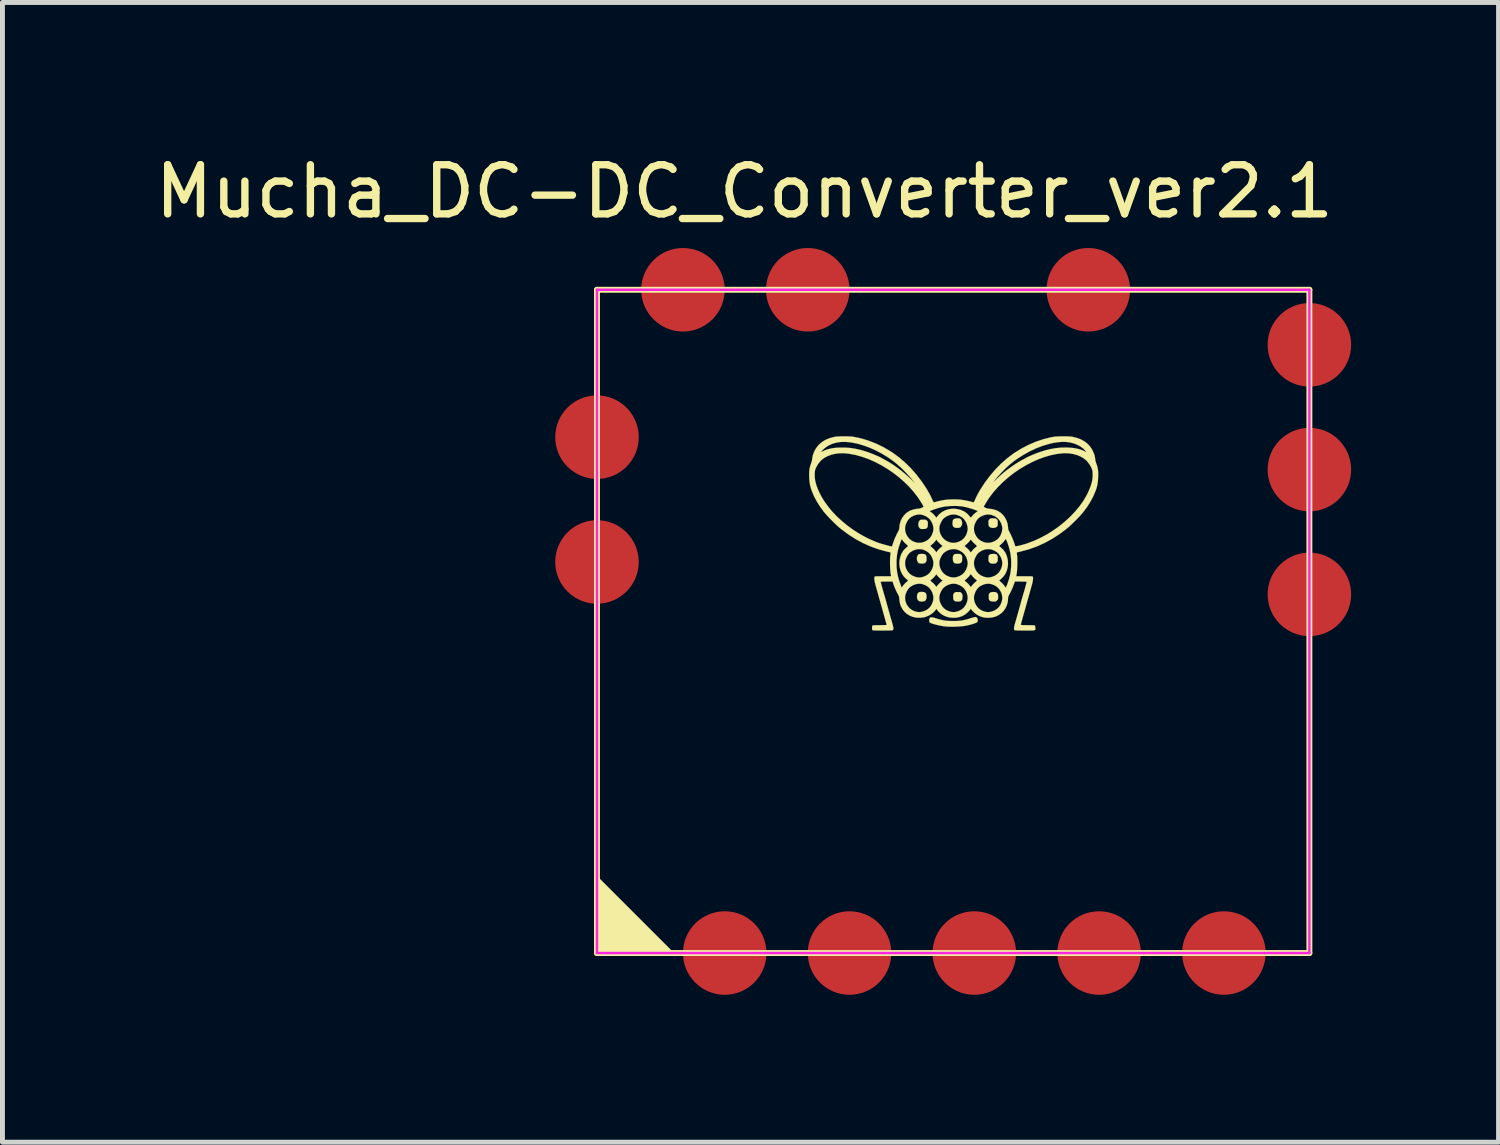
<source format=kicad_pcb>
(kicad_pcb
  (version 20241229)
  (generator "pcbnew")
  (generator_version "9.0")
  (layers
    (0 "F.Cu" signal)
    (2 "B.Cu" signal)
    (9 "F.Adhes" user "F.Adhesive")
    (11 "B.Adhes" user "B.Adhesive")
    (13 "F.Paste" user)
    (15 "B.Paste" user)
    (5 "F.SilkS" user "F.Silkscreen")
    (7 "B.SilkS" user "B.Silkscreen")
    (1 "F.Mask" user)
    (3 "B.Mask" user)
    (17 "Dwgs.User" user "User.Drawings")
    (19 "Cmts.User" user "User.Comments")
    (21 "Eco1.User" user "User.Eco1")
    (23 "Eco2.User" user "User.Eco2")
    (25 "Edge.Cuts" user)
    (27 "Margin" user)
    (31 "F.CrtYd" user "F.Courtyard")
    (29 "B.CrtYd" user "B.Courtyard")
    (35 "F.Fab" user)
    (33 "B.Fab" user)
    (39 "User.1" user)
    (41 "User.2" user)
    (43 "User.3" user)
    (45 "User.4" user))
  (footprint "Mucha_DC-DC_Converter_ver2.1"
    (layer "F.Cu")
    (at 9.101 2.848)
    (property "Reference" "Mucha_DC-DC_Converter_ver2.1" (at 3 -2 0) (layer "F.SilkS") (effects (font (size 1 1) (thickness 0.15))))
    (attr through_hole)
    (fp_line (start 0 0) (end 14.5 0) (stroke (width 0.12) (type solid)) (layer "F.SilkS"))
    (fp_line (start 0 13.5) (end 0 0) (stroke (width 0.12) (type solid)) (layer "F.SilkS"))
    (fp_line (start 14.5 0) (end 14.5 13.5) (stroke (width 0.12) (type solid)) (layer "F.SilkS"))
    (fp_line (start 14.5 13.5) (end 0 13.5) (stroke (width 0.12) (type solid)) (layer "F.SilkS"))
    (fp_poly (pts (xy 1.5 13.5) (xy 0 13.5) (xy 0 12)) (stroke (width 0.1) (type solid)) (fill yes) (layer "F.SilkS"))
    (fp_poly (pts (xy 6.647 6.152) (xy 6.675 6.161) (xy 6.694 6.177) (xy 6.704 6.202) (xy 6.708 6.238) (xy 6.708 6.245) (xy 6.704 6.284) (xy 6.693 6.313) (xy 6.673 6.333) (xy 6.668 6.335) (xy 6.647 6.342) (xy 6.62 6.345) (xy 6.591 6.345) (xy 6.567 6.341) (xy 6.562 6.339) (xy 6.537 6.322) (xy 6.52 6.294) (xy 6.513 6.262) (xy 6.514 6.221) (xy 6.524 6.188) (xy 6.541 6.165) (xy 6.543 6.163) (xy 6.557 6.155) (xy 6.575 6.151) (xy 6.601 6.149) (xy 6.608 6.149) (xy 6.647 6.152)) (stroke (width 0.003) (type solid)) (fill yes) (layer "F.SilkS"))
    (fp_poly (pts (xy 7.364 4.653) (xy 7.381 4.655) (xy 7.393 4.661) (xy 7.404 4.67) (xy 7.405 4.671) (xy 7.422 4.697) (xy 7.431 4.729) (xy 7.431 4.764) (xy 7.422 4.797) (xy 7.406 4.823) (xy 7.394 4.835) (xy 7.381 4.841) (xy 7.363 4.845) (xy 7.344 4.846) (xy 7.306 4.846) (xy 7.28 4.84) (xy 7.258 4.826) (xy 7.245 4.808) (xy 7.238 4.783) (xy 7.236 4.753) (xy 7.239 4.714) (xy 7.247 4.686) (xy 7.263 4.667) (xy 7.288 4.657) (xy 7.323 4.653) (xy 7.338 4.652) (xy 7.364 4.653)) (stroke (width 0.003) (type solid)) (fill yes) (layer "F.SilkS"))
    (fp_poly (pts (xy 6.666 4.68) (xy 6.685 4.681) (xy 6.697 4.685) (xy 6.707 4.692) (xy 6.715 4.699) (xy 6.726 4.711) (xy 6.732 4.723) (xy 6.734 4.738) (xy 6.735 4.763) (xy 6.735 4.767) (xy 6.733 4.807) (xy 6.725 4.835) (xy 6.711 4.854) (xy 6.688 4.864) (xy 6.654 4.869) (xy 6.638 4.869) (xy 6.611 4.869) (xy 6.593 4.867) (xy 6.581 4.863) (xy 6.571 4.855) (xy 6.566 4.85) (xy 6.549 4.825) (xy 6.541 4.793) (xy 6.541 4.758) (xy 6.549 4.725) (xy 6.564 4.7) (xy 6.573 4.69) (xy 6.582 4.684) (xy 6.594 4.681) (xy 6.614 4.68) (xy 6.638 4.679) (xy 6.666 4.68)) (stroke (width 0.003) (type solid)) (fill yes) (layer "F.SilkS"))
    (fp_poly (pts (xy 7.367 5.377) (xy 7.386 5.379) (xy 7.398 5.382) (xy 7.408 5.389) (xy 7.415 5.395) (xy 7.424 5.405) (xy 7.429 5.415) (xy 7.432 5.429) (xy 7.432 5.451) (xy 7.433 5.471) (xy 7.432 5.503) (xy 7.429 5.525) (xy 7.422 5.541) (xy 7.411 5.553) (xy 7.399 5.562) (xy 7.382 5.569) (xy 7.356 5.572) (xy 7.328 5.573) (xy 7.302 5.571) (xy 7.286 5.567) (xy 7.265 5.554) (xy 7.252 5.533) (xy 7.245 5.503) (xy 7.243 5.472) (xy 7.244 5.444) (xy 7.246 5.425) (xy 7.251 5.412) (xy 7.259 5.4) (xy 7.261 5.398) (xy 7.27 5.388) (xy 7.278 5.382) (xy 7.29 5.379) (xy 7.309 5.377) (xy 7.338 5.377) (xy 7.367 5.377)) (stroke (width 0.003) (type solid)) (fill yes) (layer "F.SilkS"))
    (fp_poly (pts (xy 7.372 6.153) (xy 7.39 6.154) (xy 7.402 6.158) (xy 7.411 6.166) (xy 7.42 6.175) (xy 7.43 6.188) (xy 7.436 6.201) (xy 7.439 6.219) (xy 7.439 6.244) (xy 7.437 6.281) (xy 7.431 6.308) (xy 7.419 6.326) (xy 7.405 6.336) (xy 7.386 6.342) (xy 7.36 6.345) (xy 7.331 6.345) (xy 7.306 6.343) (xy 7.288 6.338) (xy 7.287 6.338) (xy 7.269 6.325) (xy 7.258 6.309) (xy 7.252 6.286) (xy 7.25 6.253) (xy 7.25 6.249) (xy 7.25 6.222) (xy 7.252 6.204) (xy 7.257 6.191) (xy 7.265 6.18) (xy 7.27 6.175) (xy 7.28 6.164) (xy 7.29 6.157) (xy 7.302 6.154) (xy 7.322 6.153) (xy 7.345 6.153) (xy 7.372 6.153)) (stroke (width 0.003) (type solid)) (fill yes) (layer "F.SilkS"))
    (fp_poly (pts (xy 8.082 6.151) (xy 8.108 6.154) (xy 8.124 6.159) (xy 8.137 6.167) (xy 8.145 6.176) (xy 8.155 6.188) (xy 8.161 6.2) (xy 8.163 6.217) (xy 8.164 6.242) (xy 8.164 6.248) (xy 8.164 6.275) (xy 8.162 6.292) (xy 8.157 6.304) (xy 8.148 6.316) (xy 8.141 6.323) (xy 8.128 6.335) (xy 8.116 6.342) (xy 8.101 6.345) (xy 8.078 6.345) (xy 8.072 6.345) (xy 8.041 6.344) (xy 8.017 6.339) (xy 8.007 6.335) (xy 7.991 6.324) (xy 7.982 6.312) (xy 7.977 6.296) (xy 7.975 6.272) (xy 7.974 6.244) (xy 7.975 6.216) (xy 7.979 6.194) (xy 7.982 6.184) (xy 8.003 6.164) (xy 8.033 6.153) (xy 8.073 6.151) (xy 8.082 6.151)) (stroke (width 0.003) (type solid)) (fill yes) (layer "F.SilkS"))
    (fp_poly (pts (xy 8.089 4.653) (xy 8.107 4.655) (xy 8.12 4.659) (xy 8.131 4.667) (xy 8.136 4.672) (xy 8.147 4.683) (xy 8.153 4.693) (xy 8.156 4.707) (xy 8.157 4.728) (xy 8.157 4.745) (xy 8.156 4.781) (xy 8.15 4.806) (xy 8.139 4.823) (xy 8.122 4.835) (xy 8.113 4.839) (xy 8.081 4.847) (xy 8.046 4.847) (xy 8.014 4.84) (xy 8.011 4.839) (xy 7.991 4.828) (xy 7.978 4.812) (xy 7.971 4.79) (xy 7.968 4.758) (xy 7.968 4.745) (xy 7.968 4.718) (xy 7.97 4.7) (xy 7.974 4.688) (xy 7.982 4.678) (xy 7.988 4.672) (xy 7.999 4.662) (xy 8.009 4.656) (xy 8.024 4.653) (xy 8.046 4.652) (xy 8.061 4.652) (xy 8.089 4.653)) (stroke (width 0.003) (type solid)) (fill yes) (layer "F.SilkS"))
    (fp_poly (pts (xy 6.641 5.377) (xy 6.66 5.379) (xy 6.672 5.382) (xy 6.681 5.388) (xy 6.69 5.397) (xy 6.69 5.398) (xy 6.699 5.41) (xy 6.705 5.423) (xy 6.707 5.44) (xy 6.708 5.466) (xy 6.708 5.472) (xy 6.708 5.5) (xy 6.706 5.518) (xy 6.701 5.531) (xy 6.693 5.543) (xy 6.688 5.548) (xy 6.677 5.559) (xy 6.666 5.566) (xy 6.651 5.57) (xy 6.628 5.571) (xy 6.619 5.572) (xy 6.584 5.572) (xy 6.56 5.567) (xy 6.551 5.564) (xy 6.532 5.546) (xy 6.519 5.519) (xy 6.512 5.487) (xy 6.512 5.454) (xy 6.519 5.422) (xy 6.534 5.396) (xy 6.536 5.394) (xy 6.544 5.386) (xy 6.554 5.381) (xy 6.568 5.378) (xy 6.59 5.377) (xy 6.612 5.377) (xy 6.641 5.377)) (stroke (width 0.003) (type solid)) (fill yes) (layer "F.SilkS"))
    (fp_poly (pts (xy 8.092 5.377) (xy 8.111 5.379) (xy 8.122 5.382) (xy 8.131 5.388) (xy 8.14 5.398) (xy 8.149 5.41) (xy 8.154 5.423) (xy 8.157 5.44) (xy 8.157 5.465) (xy 8.157 5.473) (xy 8.157 5.501) (xy 8.156 5.518) (xy 8.151 5.531) (xy 8.143 5.541) (xy 8.134 5.551) (xy 8.122 5.563) (xy 8.11 5.569) (xy 8.095 5.573) (xy 8.073 5.574) (xy 8.063 5.574) (xy 8.037 5.573) (xy 8.02 5.571) (xy 8.008 5.566) (xy 7.996 5.556) (xy 7.991 5.551) (xy 7.979 5.538) (xy 7.972 5.527) (xy 7.969 5.513) (xy 7.968 5.492) (xy 7.968 5.476) (xy 7.969 5.437) (xy 7.975 5.41) (xy 7.987 5.393) (xy 8.007 5.383) (xy 8.037 5.378) (xy 8.064 5.377) (xy 8.092 5.377)) (stroke (width 0.003) (type solid)) (fill yes) (layer "F.SilkS"))
    (fp_poly (pts (xy 7.71 6.661) (xy 7.729 6.671) (xy 7.743 6.692) (xy 7.75 6.718) (xy 7.75 6.735) (xy 7.747 6.752) (xy 7.741 6.763) (xy 7.726 6.773) (xy 7.717 6.777) (xy 7.684 6.791) (xy 7.641 6.805) (xy 7.59 6.819) (xy 7.535 6.832) (xy 7.487 6.841) (xy 7.444 6.847) (xy 7.391 6.852) (xy 7.332 6.855) (xy 7.27 6.858) (xy 7.21 6.858) (xy 7.154 6.857) (xy 7.107 6.854) (xy 7.095 6.853) (xy 7.048 6.847) (xy 6.998 6.838) (xy 6.948 6.828) (xy 6.899 6.816) (xy 6.854 6.804) (xy 6.817 6.792) (xy 6.789 6.781) (xy 6.777 6.775) (xy 6.768 6.767) (xy 6.764 6.755) (xy 6.762 6.734) (xy 6.762 6.729) (xy 6.763 6.704) (xy 6.768 6.689) (xy 6.777 6.677) (xy 6.787 6.67) (xy 6.799 6.667) (xy 6.816 6.667) (xy 6.84 6.671) (xy 6.872 6.679) (xy 6.911 6.691) (xy 6.973 6.709) (xy 7.028 6.723) (xy 7.079 6.732) (xy 7.131 6.738) (xy 7.189 6.741) (xy 7.246 6.742) (xy 7.319 6.741) (xy 7.382 6.736) (xy 7.441 6.729) (xy 7.5 6.716) (xy 7.563 6.699) (xy 7.611 6.683) (xy 7.656 6.67) (xy 7.688 6.662) (xy 7.708 6.66) (xy 7.71 6.661)) (stroke (width 0.003) (type solid)) (fill yes) (layer "F.SilkS"))
    (fp_poly (pts (xy 9.522 2.983) (xy 9.572 2.984) (xy 9.617 2.986) (xy 9.654 2.989) (xy 9.675 2.992) (xy 9.768 3.015) (xy 9.851 3.046) (xy 9.925 3.087) (xy 9.988 3.137) (xy 10.041 3.196) (xy 10.085 3.265) (xy 10.118 3.342) (xy 10.121 3.352) (xy 10.13 3.383) (xy 10.137 3.419) (xy 10.14 3.443) (xy 10.145 3.477) (xy 10.155 3.514) (xy 10.163 3.538) (xy 10.18 3.585) (xy 10.191 3.632) (xy 10.199 3.68) (xy 10.202 3.734) (xy 10.201 3.797) (xy 10.201 3.809) (xy 10.197 3.875) (xy 10.191 3.933) (xy 10.181 3.986) (xy 10.167 4.039) (xy 10.147 4.096) (xy 10.145 4.101) (xy 10.101 4.205) (xy 10.045 4.31) (xy 9.978 4.417) (xy 9.9 4.521) (xy 9.899 4.524) (xy 9.868 4.56) (xy 9.83 4.602) (xy 9.786 4.649) (xy 9.739 4.697) (xy 9.69 4.745) (xy 9.643 4.79) (xy 9.599 4.83) (xy 9.561 4.862) (xy 9.557 4.865) (xy 9.411 4.975) (xy 9.261 5.071) (xy 9.109 5.154) (xy 8.954 5.224) (xy 8.796 5.281) (xy 8.636 5.324) (xy 8.628 5.326) (xy 8.597 5.333) (xy 8.571 5.34) (xy 8.553 5.344) (xy 8.545 5.347) (xy 8.545 5.347) (xy 8.545 5.354) (xy 8.546 5.372) (xy 8.549 5.397) (xy 8.551 5.414) (xy 8.554 5.45) (xy 8.555 5.495) (xy 8.556 5.546) (xy 8.555 5.6) (xy 8.553 5.654) (xy 8.55 5.705) (xy 8.547 5.748) (xy 8.542 5.782) (xy 8.542 5.782) (xy 8.533 5.831) (xy 8.7 5.831) (xy 8.752 5.831) (xy 8.793 5.831) (xy 8.823 5.832) (xy 8.844 5.833) (xy 8.858 5.835) (xy 8.866 5.837) (xy 8.87 5.84) (xy 8.871 5.842) (xy 8.876 5.867) (xy 8.873 5.904) (xy 8.865 5.953) (xy 8.85 6.014) (xy 8.848 6.02) (xy 8.835 6.066) (xy 8.819 6.123) (xy 8.801 6.188) (xy 8.781 6.258) (xy 8.76 6.332) (xy 8.739 6.407) (xy 8.719 6.48) (xy 8.699 6.55) (xy 8.681 6.613) (xy 8.666 6.667) (xy 8.662 6.683) (xy 8.65 6.723) (xy 8.641 6.758) (xy 8.633 6.788) (xy 8.627 6.809) (xy 8.625 6.819) (xy 8.625 6.82) (xy 8.632 6.822) (xy 8.651 6.824) (xy 8.684 6.826) (xy 8.73 6.826) (xy 8.767 6.827) (xy 8.818 6.827) (xy 8.86 6.828) (xy 8.89 6.83) (xy 8.908 6.832) (xy 8.913 6.834) (xy 8.916 6.844) (xy 8.919 6.863) (xy 8.921 6.877) (xy 8.923 6.893) (xy 8.923 6.906) (xy 8.921 6.916) (xy 8.916 6.923) (xy 8.905 6.928) (xy 8.888 6.932) (xy 8.863 6.934) (xy 8.829 6.935) (xy 8.785 6.935) (xy 8.728 6.935) (xy 8.706 6.935) (xy 8.645 6.935) (xy 8.596 6.934) (xy 8.558 6.934) (xy 8.531 6.932) (xy 8.512 6.931) (xy 8.501 6.929) (xy 8.498 6.927) (xy 8.492 6.918) (xy 8.489 6.907) (xy 8.488 6.894) (xy 8.489 6.876) (xy 8.493 6.852) (xy 8.501 6.82) (xy 8.512 6.779) (xy 8.527 6.727) (xy 8.534 6.704) (xy 8.549 6.651) (xy 8.564 6.598) (xy 8.578 6.547) (xy 8.591 6.501) (xy 8.602 6.462) (xy 8.608 6.441) (xy 8.619 6.4) (xy 8.632 6.351) (xy 8.646 6.303) (xy 8.657 6.264) (xy 8.668 6.227) (xy 8.68 6.186) (xy 8.693 6.142) (xy 8.705 6.099) (xy 8.717 6.057) (xy 8.727 6.018) (xy 8.736 5.986) (xy 8.743 5.962) (xy 8.746 5.947) (xy 8.747 5.944) (xy 8.74 5.943) (xy 8.723 5.941) (xy 8.695 5.94) (xy 8.661 5.94) (xy 8.625 5.939) (xy 8.504 5.939) (xy 8.489 5.985) (xy 8.47 6.037) (xy 8.446 6.094) (xy 8.42 6.15) (xy 8.395 6.197) (xy 8.379 6.227) (xy 8.37 6.251) (xy 8.367 6.273) (xy 8.367 6.277) (xy 8.361 6.352) (xy 8.342 6.421) (xy 8.313 6.483) (xy 8.275 6.538) (xy 8.228 6.585) (xy 8.172 6.623) (xy 8.111 6.652) (xy 8.043 6.67) (xy 7.97 6.677) (xy 7.893 6.672) (xy 7.869 6.668) (xy 7.803 6.649) (xy 7.741 6.618) (xy 7.684 6.577) (xy 7.636 6.528) (xy 7.623 6.512) (xy 7.609 6.491) (xy 7.594 6.512) (xy 7.582 6.526) (xy 7.564 6.546) (xy 7.543 6.567) (xy 7.54 6.571) (xy 7.488 6.612) (xy 7.43 6.643) (xy 7.367 6.664) (xy 7.301 6.675) (xy 7.234 6.676) (xy 7.167 6.668) (xy 7.103 6.65) (xy 7.043 6.623) (xy 6.989 6.586) (xy 6.943 6.541) (xy 6.933 6.528) (xy 6.908 6.494) (xy 6.895 6.513) (xy 6.855 6.56) (xy 6.805 6.601) (xy 6.749 6.634) (xy 6.688 6.658) (xy 6.652 6.668) (xy 6.574 6.676) (xy 6.499 6.673) (xy 6.43 6.658) (xy 6.366 6.633) (xy 6.309 6.598) (xy 6.259 6.554) (xy 6.218 6.501) (xy 6.186 6.441) (xy 6.164 6.374) (xy 6.154 6.301) (xy 6.153 6.283) (xy 6.27 6.283) (xy 6.278 6.338) (xy 6.297 6.391) (xy 6.326 6.44) (xy 6.363 6.483) (xy 6.407 6.516) (xy 6.416 6.521) (xy 6.472 6.546) (xy 6.526 6.559) (xy 6.578 6.56) (xy 6.623 6.552) (xy 6.685 6.53) (xy 6.737 6.498) (xy 6.78 6.457) (xy 6.813 6.406) (xy 6.817 6.397) (xy 6.839 6.339) (xy 6.848 6.284) (xy 6.848 6.283) (xy 6.967 6.283) (xy 6.976 6.338) (xy 6.995 6.391) (xy 7.024 6.44) (xy 7.061 6.483) (xy 7.105 6.516) (xy 7.113 6.521) (xy 7.17 6.546) (xy 7.223 6.559) (xy 7.276 6.56) (xy 7.321 6.552) (xy 7.382 6.53) (xy 7.435 6.498) (xy 7.477 6.457) (xy 7.511 6.406) (xy 7.515 6.397) (xy 7.536 6.339) (xy 7.546 6.284) (xy 7.546 6.283) (xy 7.672 6.283) (xy 7.68 6.338) (xy 7.7 6.391) (xy 7.728 6.44) (xy 7.765 6.483) (xy 7.809 6.516) (xy 7.818 6.521) (xy 7.874 6.546) (xy 7.928 6.559) (xy 7.98 6.56) (xy 8.025 6.552) (xy 8.087 6.53) (xy 8.139 6.498) (xy 8.182 6.457) (xy 8.215 6.406) (xy 8.219 6.397) (xy 8.241 6.339) (xy 8.25 6.284) (xy 8.247 6.23) (xy 8.231 6.173) (xy 8.215 6.138) (xy 8.183 6.088) (xy 8.141 6.046) (xy 8.09 6.014) (xy 8.031 5.992) (xy 8.002 5.985) (xy 7.953 5.982) (xy 7.899 5.99) (xy 7.847 6.008) (xy 7.797 6.034) (xy 7.762 6.062) (xy 7.735 6.093) (xy 7.71 6.133) (xy 7.69 6.178) (xy 7.676 6.223) (xy 7.675 6.229) (xy 7.672 6.283) (xy 7.546 6.283) (xy 7.542 6.23) (xy 7.526 6.173) (xy 7.511 6.138) (xy 7.479 6.088) (xy 7.437 6.046) (xy 7.385 6.014) (xy 7.326 5.992) (xy 7.298 5.985) (xy 7.248 5.982) (xy 7.195 5.99) (xy 7.142 6.008) (xy 7.093 6.034) (xy 7.057 6.062) (xy 7.03 6.093) (xy 7.006 6.133) (xy 6.985 6.178) (xy 6.972 6.223) (xy 6.971 6.229) (xy 6.967 6.283) (xy 6.848 6.283) (xy 6.845 6.23) (xy 6.829 6.173) (xy 6.813 6.138) (xy 6.781 6.088) (xy 6.739 6.046) (xy 6.688 6.014) (xy 6.629 5.992) (xy 6.6 5.985) (xy 6.55 5.982) (xy 6.497 5.99) (xy 6.444 6.008) (xy 6.395 6.034) (xy 6.36 6.062) (xy 6.333 6.093) (xy 6.308 6.133) (xy 6.288 6.178) (xy 6.274 6.223) (xy 6.273 6.229) (xy 6.27 6.283) (xy 6.153 6.283) (xy 6.153 6.277) (xy 6.151 6.255) (xy 6.143 6.232) (xy 6.129 6.204) (xy 6.125 6.197) (xy 6.099 6.148) (xy 6.073 6.092) (xy 6.049 6.035) (xy 6.031 5.985) (xy 6.016 5.939) (xy 5.895 5.939) (xy 5.856 5.94) (xy 5.822 5.94) (xy 5.796 5.941) (xy 5.779 5.943) (xy 5.773 5.944) (xy 5.775 5.952) (xy 5.78 5.972) (xy 5.788 6) (xy 5.797 6.035) (xy 5.808 6.075) (xy 5.82 6.118) (xy 5.833 6.162) (xy 5.845 6.205) (xy 5.857 6.245) (xy 5.863 6.264) (xy 5.875 6.308) (xy 5.889 6.357) (xy 5.902 6.405) (xy 5.912 6.441) (xy 5.921 6.472) (xy 5.932 6.512) (xy 5.946 6.56) (xy 5.96 6.612) (xy 5.975 6.666) (xy 5.986 6.704) (xy 6.003 6.76) (xy 6.015 6.805) (xy 6.024 6.841) (xy 6.03 6.868) (xy 6.032 6.888) (xy 6.032 6.903) (xy 6.029 6.914) (xy 6.025 6.923) (xy 6.022 6.927) (xy 6.017 6.929) (xy 6.004 6.931) (xy 5.984 6.933) (xy 5.954 6.934) (xy 5.914 6.935) (xy 5.862 6.935) (xy 5.814 6.935) (xy 5.755 6.935) (xy 5.709 6.935) (xy 5.673 6.934) (xy 5.646 6.933) (xy 5.627 6.932) (xy 5.615 6.93) (xy 5.607 6.927) (xy 5.604 6.925) (xy 5.6 6.913) (xy 5.599 6.893) (xy 5.599 6.869) (xy 5.602 6.848) (xy 5.607 6.834) (xy 5.616 6.831) (xy 5.637 6.829) (xy 5.669 6.828) (xy 5.713 6.827) (xy 5.753 6.827) (xy 5.807 6.826) (xy 5.848 6.825) (xy 5.877 6.824) (xy 5.892 6.821) (xy 5.895 6.82) (xy 5.893 6.811) (xy 5.888 6.792) (xy 5.881 6.764) (xy 5.871 6.729) (xy 5.86 6.689) (xy 5.858 6.683) (xy 5.844 6.632) (xy 5.827 6.571) (xy 5.808 6.504) (xy 5.788 6.431) (xy 5.767 6.357) (xy 5.746 6.282) (xy 5.725 6.21) (xy 5.707 6.143) (xy 5.69 6.084) (xy 5.676 6.034) (xy 5.672 6.02) (xy 5.656 5.959) (xy 5.647 5.909) (xy 5.644 5.87) (xy 5.648 5.844) (xy 5.649 5.842) (xy 5.651 5.838) (xy 5.658 5.836) (xy 5.669 5.834) (xy 5.687 5.832) (xy 5.713 5.832) (xy 5.749 5.831) (xy 5.796 5.831) (xy 5.82 5.831) (xy 5.987 5.831) (xy 5.978 5.782) (xy 5.974 5.749) (xy 5.97 5.705) (xy 5.967 5.655) (xy 5.965 5.601) (xy 5.965 5.567) (xy 6.096 5.567) (xy 6.099 5.662) (xy 6.109 5.75) (xy 6.126 5.836) (xy 6.151 5.925) (xy 6.177 5.997) (xy 6.202 6.061) (xy 6.231 6.021) (xy 6.252 5.995) (xy 6.277 5.969) (xy 6.296 5.952) (xy 6.314 5.937) (xy 6.327 5.925) (xy 6.332 5.919) (xy 6.786 5.919) (xy 6.791 5.925) (xy 6.804 5.937) (xy 6.821 5.952) (xy 6.845 5.973) (xy 6.869 5.998) (xy 6.882 6.014) (xy 6.908 6.048) (xy 6.921 6.029) (xy 6.933 6.014) (xy 6.95 5.995) (xy 6.965 5.98) (xy 6.985 5.96) (xy 7.005 5.943) (xy 7.016 5.934) (xy 7.036 5.919) (xy 7.484 5.919) (xy 7.488 5.925) (xy 7.501 5.937) (xy 7.519 5.952) (xy 7.543 5.973) (xy 7.567 5.998) (xy 7.58 6.014) (xy 7.593 6.032) (xy 7.604 6.044) (xy 7.609 6.048) (xy 7.615 6.043) (xy 7.626 6.03) (xy 7.638 6.014) (xy 7.658 5.991) (xy 7.682 5.966) (xy 7.699 5.952) (xy 7.717 5.937) (xy 7.729 5.925) (xy 7.734 5.919) (xy 7.729 5.913) (xy 7.716 5.901) (xy 7.699 5.886) (xy 7.675 5.865) (xy 7.651 5.84) (xy 7.638 5.824) (xy 7.624 5.806) (xy 7.614 5.794) (xy 7.609 5.79) (xy 7.603 5.795) (xy 7.592 5.808) (xy 7.58 5.824) (xy 7.56 5.847) (xy 7.535 5.872) (xy 7.519 5.886) (xy 7.501 5.901) (xy 7.488 5.913) (xy 7.484 5.919) (xy 7.036 5.919) (xy 7.016 5.904) (xy 6.995 5.887) (xy 6.971 5.864) (xy 6.947 5.839) (xy 6.927 5.817) (xy 6.921 5.809) (xy 6.908 5.79) (xy 6.882 5.824) (xy 6.862 5.847) (xy 6.838 5.872) (xy 6.821 5.886) (xy 6.803 5.901) (xy 6.791 5.913) (xy 6.786 5.919) (xy 6.332 5.919) (xy 6.327 5.913) (xy 6.314 5.901) (xy 6.296 5.886) (xy 6.248 5.839) (xy 6.209 5.784) (xy 6.181 5.722) (xy 6.162 5.653) (xy 6.154 5.581) (xy 6.154 5.579) (xy 6.27 5.579) (xy 6.278 5.633) (xy 6.297 5.687) (xy 6.326 5.736) (xy 6.363 5.778) (xy 6.407 5.811) (xy 6.416 5.816) (xy 6.472 5.841) (xy 6.526 5.854) (xy 6.578 5.856) (xy 6.623 5.848) (xy 6.685 5.826) (xy 6.737 5.794) (xy 6.78 5.752) (xy 6.813 5.701) (xy 6.817 5.692) (xy 6.839 5.635) (xy 6.848 5.58) (xy 6.848 5.579) (xy 6.967 5.579) (xy 6.976 5.633) (xy 6.995 5.687) (xy 7.024 5.736) (xy 7.061 5.778) (xy 7.105 5.811) (xy 7.113 5.816) (xy 7.17 5.841) (xy 7.223 5.854) (xy 7.276 5.856) (xy 7.321 5.848) (xy 7.382 5.826) (xy 7.435 5.794) (xy 7.477 5.752) (xy 7.511 5.701) (xy 7.515 5.692) (xy 7.536 5.635) (xy 7.546 5.58) (xy 7.546 5.579) (xy 7.672 5.579) (xy 7.68 5.633) (xy 7.7 5.687) (xy 7.728 5.736) (xy 7.765 5.778) (xy 7.809 5.811) (xy 7.818 5.816) (xy 7.874 5.841) (xy 7.928 5.854) (xy 7.98 5.856) (xy 8.025 5.848) (xy 8.087 5.826) (xy 8.139 5.794) (xy 8.182 5.752) (xy 8.215 5.701) (xy 8.219 5.692) (xy 8.241 5.635) (xy 8.25 5.58) (xy 8.247 5.525) (xy 8.231 5.469) (xy 8.215 5.434) (xy 8.183 5.384) (xy 8.141 5.342) (xy 8.09 5.31) (xy 8.031 5.287) (xy 8.002 5.281) (xy 7.953 5.278) (xy 7.899 5.286) (xy 7.847 5.303) (xy 7.797 5.33) (xy 7.762 5.357) (xy 7.735 5.388) (xy 7.71 5.429) (xy 7.69 5.473) (xy 7.676 5.518) (xy 7.675 5.524) (xy 7.672 5.579) (xy 7.546 5.579) (xy 7.542 5.525) (xy 7.526 5.469) (xy 7.511 5.434) (xy 7.479 5.384) (xy 7.437 5.342) (xy 7.385 5.31) (xy 7.326 5.287) (xy 7.298 5.281) (xy 7.248 5.278) (xy 7.195 5.286) (xy 7.142 5.303) (xy 7.093 5.33) (xy 7.057 5.357) (xy 7.03 5.388) (xy 7.006 5.429) (xy 6.985 5.473) (xy 6.972 5.518) (xy 6.971 5.524) (xy 6.967 5.579) (xy 6.848 5.579) (xy 6.845 5.525) (xy 6.829 5.469) (xy 6.813 5.434) (xy 6.781 5.384) (xy 6.739 5.342) (xy 6.688 5.31) (xy 6.629 5.287) (xy 6.6 5.281) (xy 6.55 5.278) (xy 6.497 5.286) (xy 6.444 5.303) (xy 6.395 5.33) (xy 6.36 5.357) (xy 6.333 5.388) (xy 6.308 5.429) (xy 6.288 5.473) (xy 6.274 5.518) (xy 6.273 5.524) (xy 6.27 5.579) (xy 6.154 5.579) (xy 6.158 5.507) (xy 6.158 5.505) (xy 6.174 5.432) (xy 6.2 5.366) (xy 6.237 5.308) (xy 6.283 5.259) (xy 6.296 5.248) (xy 6.314 5.233) (xy 6.327 5.221) (xy 6.332 5.215) (xy 6.786 5.215) (xy 6.791 5.221) (xy 6.804 5.233) (xy 6.821 5.248) (xy 6.845 5.269) (xy 6.869 5.294) (xy 6.882 5.31) (xy 6.908 5.344) (xy 6.921 5.325) (xy 6.933 5.31) (xy 6.95 5.29) (xy 6.965 5.275) (xy 6.985 5.256) (xy 7.005 5.239) (xy 7.016 5.229) (xy 7.036 5.215) (xy 7.484 5.215) (xy 7.488 5.221) (xy 7.501 5.233) (xy 7.519 5.248) (xy 7.543 5.269) (xy 7.567 5.294) (xy 7.58 5.31) (xy 7.593 5.327) (xy 7.604 5.339) (xy 7.609 5.343) (xy 7.615 5.338) (xy 7.626 5.325) (xy 7.638 5.31) (xy 7.658 5.286) (xy 7.682 5.262) (xy 7.699 5.248) (xy 7.717 5.233) (xy 7.729 5.221) (xy 7.734 5.215) (xy 7.734 5.215) (xy 8.188 5.215) (xy 8.188 5.215) (xy 8.193 5.221) (xy 8.206 5.233) (xy 8.224 5.248) (xy 8.272 5.295) (xy 8.312 5.351) (xy 8.34 5.415) (xy 8.359 5.487) (xy 8.362 5.505) (xy 8.366 5.58) (xy 8.358 5.652) (xy 8.34 5.721) (xy 8.311 5.783) (xy 8.272 5.838) (xy 8.225 5.885) (xy 8.224 5.886) (xy 8.206 5.901) (xy 8.193 5.913) (xy 8.188 5.919) (xy 8.193 5.925) (xy 8.206 5.937) (xy 8.224 5.952) (xy 8.224 5.953) (xy 8.248 5.974) (xy 8.272 6.001) (xy 8.288 6.021) (xy 8.303 6.04) (xy 8.314 6.055) (xy 8.321 6.061) (xy 8.321 6.061) (xy 8.325 6.055) (xy 8.332 6.039) (xy 8.342 6.016) (xy 8.35 5.997) (xy 8.382 5.904) (xy 8.405 5.817) (xy 8.421 5.731) (xy 8.429 5.642) (xy 8.431 5.567) (xy 8.428 5.472) (xy 8.418 5.384) (xy 8.401 5.298) (xy 8.376 5.21) (xy 8.35 5.137) (xy 8.339 5.11) (xy 8.33 5.089) (xy 8.323 5.076) (xy 8.321 5.073) (xy 8.315 5.078) (xy 8.304 5.092) (xy 8.29 5.111) (xy 8.288 5.113) (xy 8.267 5.139) (xy 8.243 5.165) (xy 8.224 5.181) (xy 8.206 5.196) (xy 8.193 5.208) (xy 8.188 5.215) (xy 7.734 5.215) (xy 7.729 5.208) (xy 7.716 5.196) (xy 7.699 5.181) (xy 7.675 5.16) (xy 7.651 5.135) (xy 7.638 5.12) (xy 7.624 5.102) (xy 7.614 5.09) (xy 7.609 5.086) (xy 7.603 5.091) (xy 7.592 5.104) (xy 7.58 5.12) (xy 7.56 5.143) (xy 7.535 5.167) (xy 7.519 5.181) (xy 7.501 5.196) (xy 7.488 5.208) (xy 7.484 5.215) (xy 7.036 5.215) (xy 7.016 5.2) (xy 6.995 5.182) (xy 6.971 5.159) (xy 6.947 5.135) (xy 6.927 5.113) (xy 6.921 5.104) (xy 6.908 5.085) (xy 6.882 5.119) (xy 6.862 5.143) (xy 6.838 5.167) (xy 6.821 5.181) (xy 6.803 5.196) (xy 6.791 5.208) (xy 6.786 5.215) (xy 6.332 5.215) (xy 6.327 5.208) (xy 6.314 5.196) (xy 6.296 5.181) (xy 6.273 5.16) (xy 6.248 5.134) (xy 6.231 5.113) (xy 6.202 5.073) (xy 6.177 5.137) (xy 6.145 5.23) (xy 6.121 5.317) (xy 6.106 5.404) (xy 6.098 5.493) (xy 6.096 5.567) (xy 5.965 5.567) (xy 5.964 5.547) (xy 5.965 5.495) (xy 5.966 5.45) (xy 5.969 5.414) (xy 5.969 5.414) (xy 5.973 5.386) (xy 5.975 5.364) (xy 5.976 5.35) (xy 5.975 5.347) (xy 5.968 5.344) (xy 5.951 5.34) (xy 5.925 5.334) (xy 5.894 5.327) (xy 5.892 5.326) (xy 5.732 5.283) (xy 5.574 5.227) (xy 5.419 5.158) (xy 5.267 5.076) (xy 5.117 4.98) (xy 4.97 4.871) (xy 4.963 4.865) (xy 4.925 4.834) (xy 4.882 4.795) (xy 4.835 4.75) (xy 4.786 4.702) (xy 4.739 4.654) (xy 4.694 4.607) (xy 4.655 4.564) (xy 4.624 4.527) (xy 4.621 4.524) (xy 4.544 4.419) (xy 4.477 4.313) (xy 4.42 4.207) (xy 4.376 4.103) (xy 4.375 4.101) (xy 4.355 4.043) (xy 4.34 3.99) (xy 4.33 3.937) (xy 4.323 3.88) (xy 4.319 3.815) (xy 4.319 3.809) (xy 4.319 3.782) (xy 4.431 3.782) (xy 4.434 3.829) (xy 4.439 3.872) (xy 4.442 3.889) (xy 4.47 3.993) (xy 4.512 4.098) (xy 4.565 4.204) (xy 4.629 4.309) (xy 4.704 4.412) (xy 4.788 4.514) (xy 4.881 4.612) (xy 4.983 4.706) (xy 5.092 4.796) (xy 5.208 4.881) (xy 5.329 4.959) (xy 5.456 5.03) (xy 5.506 5.055) (xy 5.55 5.076) (xy 5.598 5.098) (xy 5.645 5.118) (xy 5.687 5.135) (xy 5.709 5.144) (xy 5.738 5.154) (xy 5.773 5.165) (xy 5.812 5.177) (xy 5.852 5.188) (xy 5.892 5.199) (xy 5.929 5.209) (xy 5.96 5.217) (xy 5.984 5.222) (xy 5.999 5.224) (xy 6.003 5.224) (xy 6.006 5.217) (xy 6.012 5.2) (xy 6.02 5.176) (xy 6.027 5.155) (xy 6.06 5.065) (xy 6.099 4.979) (xy 6.125 4.93) (xy 6.142 4.897) (xy 6.15 4.874) (xy 6.27 4.874) (xy 6.278 4.929) (xy 6.297 4.982) (xy 6.326 5.031) (xy 6.363 5.074) (xy 6.407 5.107) (xy 6.416 5.112) (xy 6.472 5.137) (xy 6.526 5.15) (xy 6.578 5.151) (xy 6.623 5.143) (xy 6.685 5.121) (xy 6.737 5.089) (xy 6.78 5.048) (xy 6.813 4.997) (xy 6.817 4.988) (xy 6.839 4.931) (xy 6.848 4.876) (xy 6.848 4.874) (xy 6.967 4.874) (xy 6.976 4.929) (xy 6.995 4.982) (xy 7.024 5.031) (xy 7.061 5.074) (xy 7.105 5.107) (xy 7.113 5.112) (xy 7.17 5.137) (xy 7.223 5.15) (xy 7.276 5.151) (xy 7.321 5.143) (xy 7.382 5.121) (xy 7.435 5.089) (xy 7.477 5.048) (xy 7.511 4.997) (xy 7.515 4.988) (xy 7.536 4.93) (xy 7.546 4.875) (xy 7.546 4.874) (xy 7.672 4.874) (xy 7.68 4.929) (xy 7.7 4.982) (xy 7.728 5.031) (xy 7.765 5.074) (xy 7.809 5.107) (xy 7.818 5.112) (xy 7.874 5.137) (xy 7.928 5.15) (xy 7.98 5.151) (xy 8.025 5.143) (xy 8.087 5.121) (xy 8.139 5.089) (xy 8.182 5.048) (xy 8.215 4.997) (xy 8.219 4.988) (xy 8.241 4.93) (xy 8.25 4.875) (xy 8.247 4.821) (xy 8.231 4.765) (xy 8.215 4.73) (xy 8.183 4.679) (xy 8.141 4.638) (xy 8.09 4.605) (xy 8.031 4.583) (xy 8.002 4.576) (xy 7.952 4.573) (xy 7.898 4.582) (xy 7.844 4.6) (xy 7.794 4.628) (xy 7.763 4.652) (xy 7.736 4.683) (xy 7.71 4.723) (xy 7.69 4.768) (xy 7.676 4.814) (xy 7.675 4.82) (xy 7.672 4.874) (xy 7.546 4.874) (xy 7.542 4.821) (xy 7.526 4.765) (xy 7.511 4.73) (xy 7.479 4.679) (xy 7.437 4.638) (xy 7.385 4.605) (xy 7.326 4.583) (xy 7.298 4.576) (xy 7.248 4.573) (xy 7.195 4.581) (xy 7.142 4.599) (xy 7.093 4.625) (xy 7.057 4.653) (xy 7.03 4.684) (xy 7.006 4.724) (xy 6.985 4.769) (xy 6.972 4.814) (xy 6.971 4.82) (xy 6.967 4.874) (xy 6.848 4.874) (xy 6.845 4.821) (xy 6.829 4.765) (xy 6.813 4.729) (xy 6.781 4.679) (xy 6.739 4.638) (xy 6.688 4.606) (xy 6.629 4.583) (xy 6.6 4.576) (xy 6.55 4.573) (xy 6.497 4.581) (xy 6.444 4.599) (xy 6.395 4.625) (xy 6.36 4.653) (xy 6.333 4.684) (xy 6.308 4.724) (xy 6.288 4.769) (xy 6.274 4.814) (xy 6.273 4.82) (xy 6.27 4.874) (xy 6.15 4.874) (xy 6.151 4.871) (xy 6.153 4.853) (xy 6.16 4.782) (xy 6.178 4.715) (xy 6.207 4.652) (xy 6.245 4.596) (xy 6.292 4.548) (xy 6.347 4.51) (xy 6.355 4.505) (xy 6.77 4.505) (xy 6.81 4.535) (xy 6.836 4.556) (xy 6.862 4.582) (xy 6.879 4.602) (xy 6.908 4.639) (xy 6.921 4.62) (xy 6.932 4.607) (xy 6.949 4.587) (xy 6.97 4.566) (xy 6.973 4.563) (xy 7.025 4.522) (xy 7.084 4.491) (xy 7.148 4.469) (xy 7.216 4.458) (xy 7.285 4.457) (xy 7.354 4.467) (xy 7.42 4.487) (xy 7.481 4.517) (xy 7.512 4.538) (xy 7.537 4.559) (xy 7.562 4.584) (xy 7.576 4.6) (xy 7.591 4.618) (xy 7.603 4.631) (xy 7.609 4.635) (xy 7.615 4.631) (xy 7.627 4.618) (xy 7.642 4.6) (xy 7.663 4.576) (xy 7.69 4.551) (xy 7.711 4.534) (xy 7.752 4.504) (xy 7.726 4.493) (xy 7.68 4.475) (xy 7.626 4.457) (xy 7.568 4.44) (xy 7.512 4.425) (xy 7.463 4.415) (xy 7.463 4.415) (xy 7.46 4.414) (xy 7.873 4.414) (xy 7.879 4.421) (xy 7.894 4.431) (xy 7.915 4.44) (xy 7.938 4.449) (xy 7.959 4.454) (xy 7.972 4.456) (xy 8.016 4.46) (xy 8.066 4.469) (xy 8.115 4.484) (xy 8.157 4.501) (xy 8.213 4.536) (xy 8.263 4.582) (xy 8.304 4.636) (xy 8.335 4.697) (xy 8.357 4.763) (xy 8.367 4.833) (xy 8.367 4.853) (xy 8.371 4.876) (xy 8.381 4.904) (xy 8.395 4.93) (xy 8.429 4.996) (xy 8.461 5.07) (xy 8.492 5.153) (xy 8.513 5.219) (xy 8.521 5.221) (xy 8.539 5.22) (xy 8.567 5.214) (xy 8.603 5.206) (xy 8.645 5.195) (xy 8.692 5.182) (xy 8.741 5.167) (xy 8.762 5.16) (xy 8.896 5.11) (xy 9.028 5.049) (xy 9.159 4.979) (xy 9.285 4.9) (xy 9.406 4.814) (xy 9.521 4.721) (xy 9.629 4.622) (xy 9.728 4.518) (xy 9.818 4.411) (xy 9.897 4.301) (xy 9.963 4.189) (xy 9.98 4.157) (xy 10.014 4.083) (xy 10.044 4.008) (xy 10.067 3.935) (xy 10.078 3.889) (xy 10.085 3.845) (xy 10.089 3.797) (xy 10.089 3.748) (xy 10.087 3.704) (xy 10.081 3.669) (xy 10.079 3.663) (xy 10.062 3.619) (xy 10.035 3.571) (xy 10.003 3.525) (xy 9.968 3.483) (xy 9.958 3.473) (xy 9.904 3.429) (xy 9.84 3.392) (xy 9.768 3.363) (xy 9.689 3.342) (xy 9.606 3.329) (xy 9.52 3.326) (xy 9.492 3.327) (xy 9.368 3.34) (xy 9.241 3.366) (xy 9.112 3.403) (xy 8.983 3.45) (xy 8.854 3.508) (xy 8.727 3.574) (xy 8.602 3.649) (xy 8.482 3.732) (xy 8.367 3.822) (xy 8.258 3.918) (xy 8.157 4.019) (xy 8.064 4.125) (xy 7.981 4.235) (xy 7.918 4.334) (xy 7.901 4.363) (xy 7.887 4.387) (xy 7.877 4.405) (xy 7.873 4.414) (xy 7.873 4.414) (xy 7.46 4.414) (xy 7.416 4.407) (xy 7.367 4.403) (xy 7.313 4.4) (xy 7.27 4.4) (xy 7.178 4.402) (xy 7.093 4.41) (xy 7.012 4.425) (xy 6.929 4.447) (xy 6.84 4.478) (xy 6.834 4.48) (xy 6.77 4.505) (xy 6.355 4.505) (xy 6.363 4.501) (xy 6.406 4.483) (xy 6.456 4.469) (xy 6.505 4.459) (xy 6.548 4.456) (xy 6.565 4.453) (xy 6.587 4.447) (xy 6.61 4.438) (xy 6.63 4.429) (xy 6.643 4.42) (xy 6.647 4.414) (xy 6.644 4.407) (xy 6.635 4.39) (xy 6.622 4.367) (xy 6.605 4.339) (xy 6.602 4.334) (xy 6.529 4.221) (xy 6.445 4.112) (xy 6.351 4.006) (xy 6.249 3.906) (xy 6.14 3.811) (xy 6.024 3.722) (xy 5.903 3.64) (xy 5.778 3.566) (xy 5.651 3.5) (xy 5.522 3.444) (xy 5.392 3.398) (xy 5.264 3.362) (xy 5.137 3.338) (xy 5.028 3.327) (xy 4.942 3.327) (xy 4.858 3.337) (xy 4.777 3.355) (xy 4.703 3.382) (xy 4.636 3.416) (xy 4.578 3.458) (xy 4.562 3.473) (xy 4.527 3.511) (xy 4.495 3.555) (xy 4.468 3.601) (xy 4.447 3.645) (xy 4.442 3.662) (xy 4.435 3.694) (xy 4.432 3.735) (xy 4.431 3.782) (xy 4.319 3.782) (xy 4.318 3.744) (xy 4.321 3.688) (xy 4.327 3.639) (xy 4.338 3.593) (xy 4.354 3.546) (xy 4.357 3.538) (xy 4.368 3.504) (xy 4.377 3.467) (xy 4.38 3.443) (xy 4.393 3.371) (xy 4.416 3.306) (xy 4.559 3.306) (xy 4.599 3.286) (xy 4.656 3.26) (xy 4.716 3.241) (xy 4.781 3.227) (xy 4.854 3.217) (xy 4.937 3.212) (xy 4.938 3.212) (xy 5.045 3.212) (xy 5.151 3.219) (xy 5.257 3.235) (xy 5.366 3.26) (xy 5.482 3.295) (xy 5.524 3.309) (xy 5.556 3.321) (xy 5.593 3.335) (xy 5.633 3.351) (xy 5.672 3.368) (xy 5.71 3.384) (xy 5.742 3.398) (xy 5.767 3.411) (xy 5.782 3.419) (xy 5.784 3.42) (xy 5.792 3.425) (xy 5.81 3.435) (xy 5.834 3.448) (xy 5.851 3.457) (xy 5.931 3.501) (xy 6.015 3.554) (xy 6.102 3.614) (xy 6.188 3.679) (xy 6.271 3.747) (xy 6.348 3.816) (xy 6.396 3.862) (xy 6.427 3.893) (xy 6.448 3.913) (xy 6.46 3.925) (xy 6.464 3.927) (xy 6.46 3.92) (xy 6.457 3.916) (xy 6.376 3.818) (xy 6.292 3.725) (xy 6.206 3.637) (xy 6.119 3.559) (xy 6.035 3.49) (xy 6.034 3.489) (xy 5.919 3.408) (xy 5.798 3.335) (xy 5.673 3.269) (xy 5.547 3.213) (xy 5.42 3.167) (xy 5.295 3.131) (xy 5.173 3.107) (xy 5.158 3.105) (xy 5.055 3.096) (xy 4.958 3.098) (xy 4.868 3.112) (xy 4.785 3.136) (xy 4.709 3.172) (xy 4.641 3.218) (xy 4.625 3.232) (xy 4.604 3.251) (xy 4.586 3.271) (xy 4.574 3.285) (xy 4.559 3.306) (xy 4.416 3.306) (xy 4.418 3.3) (xy 4.454 3.233) (xy 4.499 3.172) (xy 4.52 3.149) (xy 4.582 3.097) (xy 4.653 3.054) (xy 4.733 3.021) (xy 4.823 2.996) (xy 4.845 2.992) (xy 4.874 2.988) (xy 4.912 2.986) (xy 4.959 2.984) (xy 5.009 2.983) (xy 5.061 2.983) (xy 5.112 2.984) (xy 5.157 2.986) (xy 5.196 2.989) (xy 5.218 2.992) (xy 5.372 3.024) (xy 5.525 3.07) (xy 5.676 3.129) (xy 5.824 3.2) (xy 5.968 3.284) (xy 6.02 3.318) (xy 6.147 3.41) (xy 6.269 3.515) (xy 6.387 3.631) (xy 6.498 3.757) (xy 6.602 3.892) (xy 6.698 4.034) (xy 6.714 4.061) (xy 6.738 4.102) (xy 6.758 4.137) (xy 6.777 4.171) (xy 6.795 4.207) (xy 6.815 4.25) (xy 6.831 4.286) (xy 6.842 4.308) (xy 6.85 4.321) (xy 6.857 4.325) (xy 6.866 4.325) (xy 6.947 4.303) (xy 7.021 4.287) (xy 7.09 4.276) (xy 7.159 4.269) (xy 7.233 4.267) (xy 7.26 4.266) (xy 7.336 4.268) (xy 7.406 4.273) (xy 7.475 4.283) (xy 7.547 4.297) (xy 7.625 4.316) (xy 7.654 4.325) (xy 7.663 4.325) (xy 7.67 4.321) (xy 7.678 4.308) (xy 7.689 4.286) (xy 7.712 4.236) (xy 7.731 4.196) (xy 7.749 4.161) (xy 7.767 4.127) (xy 7.788 4.09) (xy 7.806 4.061) (xy 7.9 3.917) (xy 7.904 3.912) (xy 8.068 3.912) (xy 8.068 3.914) (xy 8.078 3.906) (xy 8.096 3.888) (xy 8.125 3.861) (xy 8.131 3.855) (xy 8.164 3.823) (xy 8.201 3.789) (xy 8.238 3.755) (xy 8.27 3.728) (xy 8.276 3.723) (xy 8.344 3.668) (xy 8.417 3.615) (xy 8.49 3.564) (xy 8.563 3.517) (xy 8.63 3.477) (xy 8.669 3.457) (xy 8.695 3.443) (xy 8.717 3.431) (xy 8.732 3.423) (xy 8.736 3.42) (xy 8.749 3.413) (xy 8.772 3.401) (xy 8.803 3.387) (xy 8.84 3.371) (xy 8.879 3.354) (xy 8.919 3.338) (xy 8.957 3.323) (xy 8.99 3.311) (xy 8.996 3.309) (xy 9.114 3.271) (xy 9.225 3.243) (xy 9.333 3.224) (xy 9.438 3.213) (xy 9.545 3.211) (xy 9.582 3.212) (xy 9.666 3.217) (xy 9.739 3.227) (xy 9.804 3.241) (xy 9.863 3.26) (xy 9.921 3.285) (xy 9.921 3.286) (xy 9.961 3.306) (xy 9.946 3.285) (xy 9.914 3.248) (xy 9.872 3.212) (xy 9.822 3.179) (xy 9.768 3.151) (xy 9.713 3.129) (xy 9.712 3.129) (xy 9.636 3.109) (xy 9.557 3.098) (xy 9.474 3.095) (xy 9.386 3.102) (xy 9.291 3.117) (xy 9.196 3.139) (xy 9.072 3.176) (xy 8.946 3.224) (xy 8.819 3.283) (xy 8.695 3.351) (xy 8.575 3.426) (xy 8.486 3.489) (xy 8.403 3.556) (xy 8.318 3.633) (xy 8.234 3.718) (xy 8.153 3.807) (xy 8.12 3.846) (xy 8.094 3.879) (xy 8.076 3.901) (xy 8.068 3.912) (xy 7.904 3.912) (xy 8.003 3.781) (xy 8.113 3.653) (xy 8.229 3.535) (xy 8.35 3.429) (xy 8.476 3.334) (xy 8.5 3.318) (xy 8.642 3.23) (xy 8.789 3.154) (xy 8.939 3.09) (xy 9.091 3.04) (xy 9.245 3.002) (xy 9.302 2.992) (xy 9.332 2.988) (xy 9.372 2.986) (xy 9.419 2.984) (xy 9.47 2.983) (xy 9.522 2.983)) (stroke (width 0.003) (type solid)) (fill yes) (layer "F.SilkS"))
    (fp_line (start 0 0) (end 14.5 0) (stroke (width 0.05) (type solid)) (layer "F.CrtYd"))
    (fp_line (start 0 13.5) (end 0 0) (stroke (width 0.05) (type solid)) (layer "F.CrtYd"))
    (fp_line (start 0 13.5) (end 14.5 13.5) (stroke (width 0.05) (type solid)) (layer "F.CrtYd"))
    (fp_line (start 14.5 13.5) (end 14.5 0) (stroke (width 0.05) (type solid)) (layer "F.CrtYd"))
    (pad "G1" smd circle (at 1.75 0) (size 1.7 1.7) (layers "F.Cu" "F.Mask" "F.Paste"))
    (pad "G2" smd circle (at 14.5 3.66) (size 1.7 1.7) (layers "F.Cu" "F.Mask" "F.Paste"))
    (pad "G3" smd circle (at 12.76 13.5) (size 1.7 1.7) (layers "F.Cu" "F.Mask" "F.Paste"))
    (pad "G4" smd circle (at 7.68 13.5) (size 1.7 1.7) (layers "F.Cu" "F.Mask" "F.Paste"))
    (pad "G5" smd circle (at 2.6 13.5) (size 1.7 1.7) (layers "F.Cu" "F.Mask" "F.Paste"))
    (pad "G6" smd circle (at 0 3) (size 1.7 1.7) (layers "F.Cu" "F.Mask" "F.Paste"))
    (pad "I1" smd circle (at 4.29 0) (size 1.7 1.7) (layers "F.Cu" "F.Mask" "F.Paste"))
    (pad "I2" smd circle (at 10 0) (size 1.7 1.7) (layers "F.Cu" "F.Mask" "F.Paste"))
    (pad "I3" smd circle (at 14.5 1.12) (size 1.7 1.7) (layers "F.Cu" "F.Mask" "F.Paste"))
    (pad "O1" smd circle (at 14.5 6.2) (size 1.7 1.7) (layers "F.Cu" "F.Mask" "F.Paste"))
    (pad "O2" smd circle (at 10.22 13.5) (size 1.7 1.7) (layers "F.Cu" "F.Mask" "F.Paste"))
    (pad "O3" smd circle (at 5.14 13.5) (size 1.7 1.7) (layers "F.Cu" "F.Mask" "F.Paste"))
    (pad "O4" smd circle (at 0 5.54) (size 1.7 1.7) (layers "F.Cu" "F.Mask" "F.Paste")))
  (gr_rect
    (start -3 -3)
    (end 27.451 20.198)
    (stroke (width 0.1) (type default))
    (fill no)
    (layer "Edge.Cuts")))
</source>
